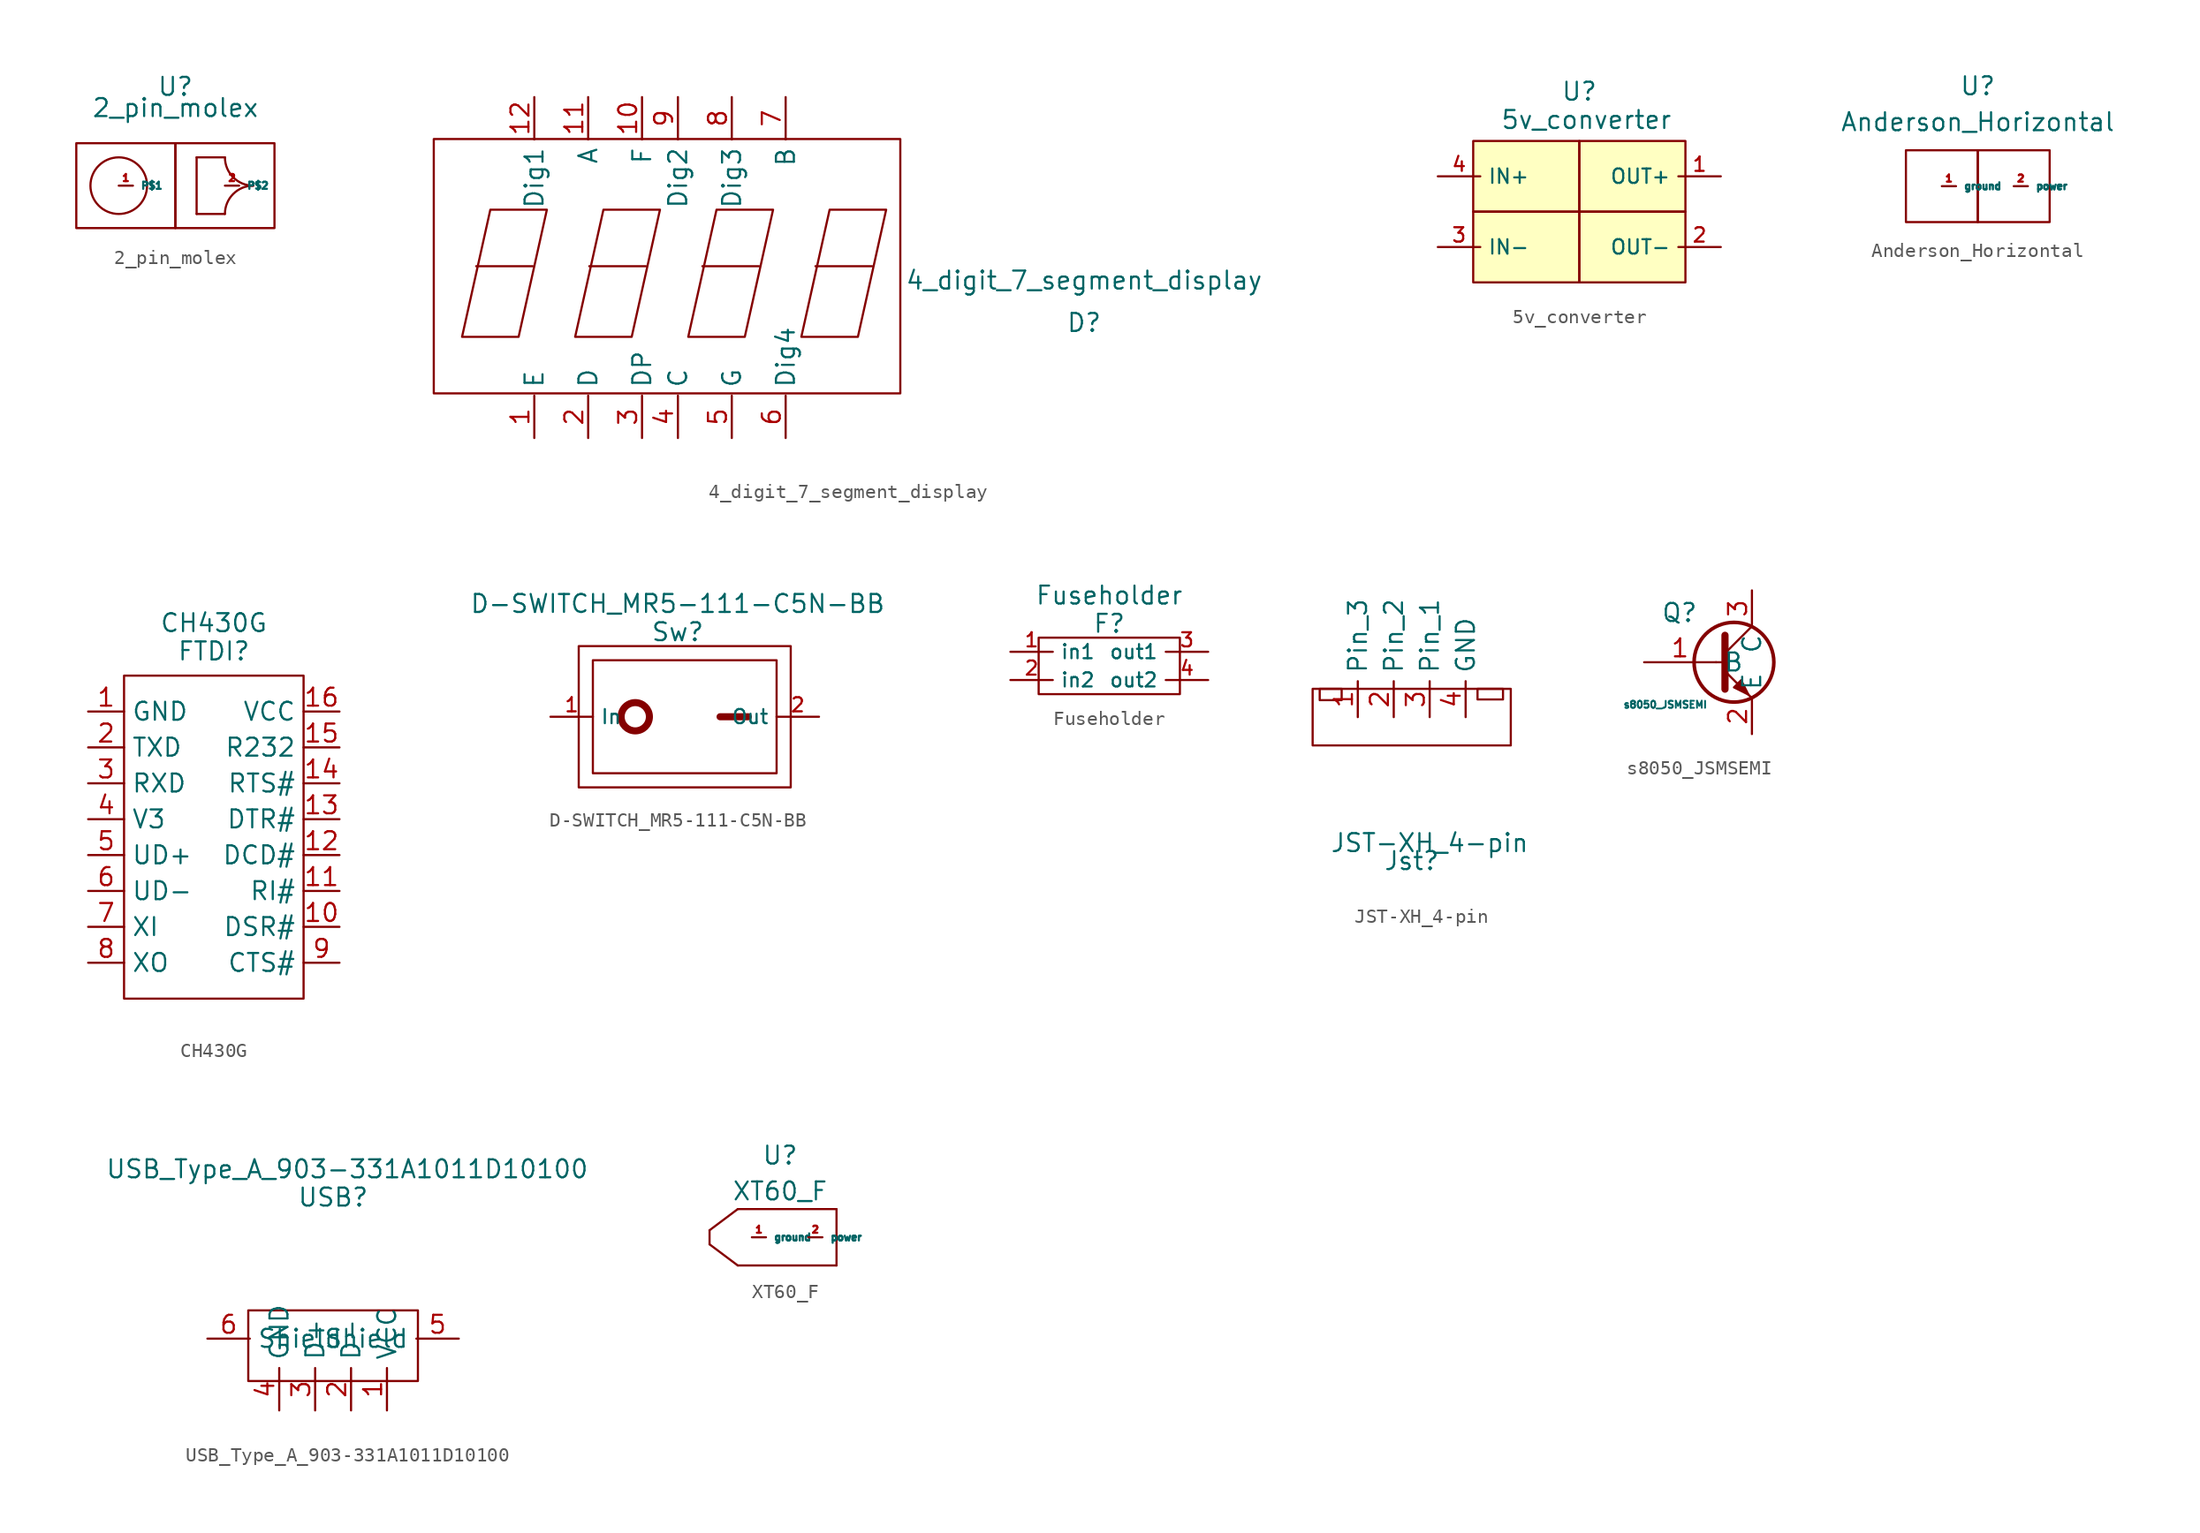
<source format=kicad_sym>
(kicad_symbol_lib
  (version 20211014)
  (generator kicad_symbol_editor)
  (symbol "2_pin_molex"
    (property "Reference" "U"
      (at 0 4 0)
      (effects (font (size 1.27 1.27))))
    (property "Value" "2_pin_molex"
      (at 0 2.5 0)
      (effects (font (size 1.27 1.27))))
    (symbol "2_pin_molex_0_1"
      (circle (center -4 -3) (radius 2) (stroke (width 0) (type default) (color 0 0 0 0)) (fill (type none)))
      (rectangle (start 0 0) (end -7 -6) (stroke (width 0) (type default) (color 0 0 0 0)) (fill (type none)))
      (polyline (pts (xy 1.5 -5) (xy 3.5 -5)) (stroke (width 0) (type default) (color 0 0 0 0)) (fill (type none)))
      (polyline (pts (xy 1.5 -1) (xy 1.5 -5)) (stroke (width 0) (type default) (color 0 0 0 0)) (fill (type none)))
      (polyline (pts (xy 1.5 -1) (xy 3.5 -1)) (stroke (width 0) (type default) (color 0 0 0 0)) (fill (type none)))
      (rectangle (start 0 0) (end 7 -6) (stroke (width 0) (type default) (color 0 0 0 0)) (fill (type none)))
      (arc (start 3.5 -1) (mid 2.0858 -4.4142) (end 5.5 -3) (stroke (width 0) (type default) (color 0 0 0 0)) (fill (type none)))
      (arc (start 5.5 -3) (mid 2.0858 -1.5858) (end 3.5 -5) (stroke (width 0) (type default) (color 0 0 0 0)) (fill (type none))))
    (symbol "2_pin_molex_1_1"
      (pin passive line (at -4 -3 0) (length 1) (name "P$1" (effects (font (size 0.5 0.5)))) (number "1" (effects (font (size 0.5 0.5)))))
      (pin passive line (at 3.5 -3 0) (length 1) (name "P$2" (effects (font (size 0.5 0.5)))) (number "2" (effects (font (size 0.5 0.5)))))))
  (symbol "4_digit_7_segment_display"
    (property "Reference" "D"
      (at 30 -2 0)
      (effects (font (size 1.27 1.27))))
    (property "Value" "4_digit_7_segment_display"
      (at 30 1 0)
      (effects (font (size 1.27 1.27))))
    (symbol "4_digit_7_segment_display_0_1"
      (rectangle (start -16 11) (end 17 -7) (stroke (width 0) (type default) (color 0 0 0 0)) (fill (type none)))
      (polyline (pts (xy -9 2) (xy -13 2)) (stroke (width 0) (type default) (color 0 0 0 0)) (fill (type none)))
      (polyline (pts (xy -1 2) (xy -5 2)) (stroke (width 0) (type default) (color 0 0 0 0)) (fill (type none)))
      (polyline (pts (xy 7 2) (xy 3 2)) (stroke (width 0) (type default) (color 0 0 0 0)) (fill (type none)))
      (polyline (pts (xy 15 2) (xy 11 2)) (stroke (width 0) (type default) (color 0 0 0 0)) (fill (type none)))
      (polyline (pts (xy -12 6) (xy -8 6) (xy -10 -3) (xy -14 -3) (xy -12 6)) (stroke (width 0) (type default) (color 0 0 0 0)) (fill (type none)))
      (polyline (pts (xy -4 6) (xy 0 6) (xy -2 -3) (xy -6 -3) (xy -4 6)) (stroke (width 0) (type default) (color 0 0 0 0)) (fill (type none)))
      (polyline (pts (xy 4 6) (xy 8 6) (xy 6 -3) (xy 2 -3) (xy 4 6)) (stroke (width 0) (type default) (color 0 0 0 0)) (fill (type none)))
      (polyline (pts (xy 12 6) (xy 16 6) (xy 14 -3) (xy 10 -3) (xy 12 6)) (stroke (width 0) (type default) (color 0 0 0 0)) (fill (type none))))
    (symbol "4_digit_7_segment_display_1_1"
      (pin passive line (at -8.89 -10.16 90) (length 3) (name "E" (effects (font (size 1.27 1.27)))) (number "1" (effects (font (size 1.27 1.27)))))
      (pin passive line (at -1.27 13.97 270) (length 3) (name "F" (effects (font (size 1.27 1.27)))) (number "10" (effects (font (size 1.27 1.27)))))
      (pin passive line (at -5.08 13.97 270) (length 3) (name "A" (effects (font (size 1.27 1.27)))) (number "11" (effects (font (size 1.27 1.27)))))
      (pin passive line (at -8.89 13.97 270) (length 3) (name "Dig1" (effects (font (size 1.27 1.27)))) (number "12" (effects (font (size 1.27 1.27)))))
      (pin passive line (at -5.08 -10.16 90) (length 3) (name "D" (effects (font (size 1.27 1.27)))) (number "2" (effects (font (size 1.27 1.27)))))
      (pin passive line (at -1.27 -10.16 90) (length 3) (name "DP" (effects (font (size 1.27 1.27)))) (number "3" (effects (font (size 1.27 1.27)))))
      (pin passive line (at 1.27 -10.16 90) (length 3) (name "C" (effects (font (size 1.27 1.27)))) (number "4" (effects (font (size 1.27 1.27)))))
      (pin passive line (at 5.08 -10.16 90) (length 3) (name "G" (effects (font (size 1.27 1.27)))) (number "5" (effects (font (size 1.27 1.27)))))
      (pin passive line (at 8.89 -10.16 90) (length 3) (name "Dig4" (effects (font (size 1.27 1.27)))) (number "6" (effects (font (size 1.27 1.27)))))
      (pin passive line (at 8.89 13.97 270) (length 3) (name "B" (effects (font (size 1.27 1.27)))) (number "7" (effects (font (size 1.27 1.27)))))
      (pin passive line (at 5.08 13.97 270) (length 3) (name "Dig3" (effects (font (size 1.27 1.27)))) (number "8" (effects (font (size 1.27 1.27)))))
      (pin passive line (at 1.27 13.97 270) (length 3) (name "Dig2" (effects (font (size 1.27 1.27)))) (number "9" (effects (font (size 1.27 1.27)))))))
  (symbol "5v_converter"
    (property "Reference" "U"
      (at 0 8.5 0)
      (effects (font (size 1.27 1.27))))
    (property "Value" "5v_converter"
      (at 0.5 6.5 0)
      (effects (font (size 1.27 1.27))))
    (symbol "5v_converter_0_0"
      (pin passive line (at 10 2.5 180) (length 3) (name "OUT+" (effects (font (size 1.016 1.016)))) (number "1" (effects (font (size 1.016 1.016)))))
      (pin passive line (at 10 -2.5 180) (length 3) (name "OUT-" (effects (font (size 1.016 1.016)))) (number "2" (effects (font (size 1.016 1.016)))))
      (pin passive line (at -10 -2.5 0) (length 3) (name "IN-" (effects (font (size 1.016 1.016)))) (number "3" (effects (font (size 1.016 1.016)))))
      (pin passive line (at -10 2.5 0) (length 3) (name "IN+" (effects (font (size 1.016 1.016)))) (number "4" (effects (font (size 1.016 1.016))))))
    (symbol "5v_converter_0_1"
      (rectangle (start 0 0) (end -7.5 -5) (stroke (width 0) (type default) (color 0 0 0 0)) (fill (type background)))
      (rectangle (start 0 0) (end 7.5 -5) (stroke (width 0) (type default) (color 0 0 0 0)) (fill (type background)))
      (rectangle (start 0 5) (end -7.5 0) (stroke (width 0) (type default) (color 0 0 0 0)) (fill (type background)))
      (rectangle (start 0 5) (end 7.5 0) (stroke (width 0) (type default) (color 0 0 0 0)) (fill (type background)))))
  (symbol "Anderson_Horizontal"
    (property "Reference" "U"
      (at 0 4.54 0)
      (effects (font (size 1.27 1.27))))
    (property "Value" "Anderson_Horizontal"
      (at 0 2 0)
      (effects (font (size 1.27 1.27))))
    (symbol "Anderson_Horizontal_0_1"
      (rectangle (start -5.08 0) (end 0 -5.08) (stroke (width 0) (type default) (color 0 0 0 0)) (fill (type none)))
      (rectangle (start 0 0) (end 5.08 -5.08) (stroke (width 0) (type default) (color 0 0 0 0)) (fill (type none))))
    (symbol "Anderson_Horizontal_1_1"
      (pin passive line (at -2.54 -2.54 0) (length 1) (name "ground" (effects (font (size 0.5 0.5)))) (number "1" (effects (font (size 0.5 0.5)))))
      (pin passive line (at 2.54 -2.54 0) (length 1) (name "power" (effects (font (size 0.5 0.5)))) (number "2" (effects (font (size 0.5 0.5)))))))
  (symbol "CH430G"
    (property "Reference" "FTDI"
      (at 0 1.73 0)
      (effects (font (size 1.27 1.27))))
    (property "Value" "CH430G"
      (at 0 3.73 0)
      (effects (font (size 1.27 1.27))))
    (symbol "CH430G_0_1"
      (rectangle (start -6.35 0) (end 6.35 -22.86) (stroke (width 0) (type default) (color 0 0 0 0)) (fill (type none))))
    (symbol "CH430G_1_1"
      (pin passive line (at -8.89 -2.54 0) (length 2.54) (name "GND" (effects (font (size 1.27 1.27)))) (number "1" (effects (font (size 1.27 1.27)))))
      (pin passive line (at 8.89 -17.78 180) (length 2.54) (name "DSR#" (effects (font (size 1.27 1.27)))) (number "10" (effects (font (size 1.27 1.27)))))
      (pin passive line (at 8.89 -15.24 180) (length 2.54) (name "RI#" (effects (font (size 1.27 1.27)))) (number "11" (effects (font (size 1.27 1.27)))))
      (pin passive line (at 8.89 -12.7 180) (length 2.54) (name "DCD#" (effects (font (size 1.27 1.27)))) (number "12" (effects (font (size 1.27 1.27)))))
      (pin passive line (at 8.89 -10.16 180) (length 2.54) (name "DTR#" (effects (font (size 1.27 1.27)))) (number "13" (effects (font (size 1.27 1.27)))))
      (pin passive line (at 8.89 -7.62 180) (length 2.54) (name "RTS#" (effects (font (size 1.27 1.27)))) (number "14" (effects (font (size 1.27 1.27)))))
      (pin passive line (at 8.89 -5.08 180) (length 2.54) (name "R232" (effects (font (size 1.27 1.27)))) (number "15" (effects (font (size 1.27 1.27)))))
      (pin passive line (at 8.89 -2.54 180) (length 2.54) (name "VCC" (effects (font (size 1.27 1.27)))) (number "16" (effects (font (size 1.27 1.27)))))
      (pin passive line (at -8.89 -5.08 0) (length 2.54) (name "TXD" (effects (font (size 1.27 1.27)))) (number "2" (effects (font (size 1.27 1.27)))))
      (pin passive line (at -8.89 -7.62 0) (length 2.54) (name "RXD" (effects (font (size 1.27 1.27)))) (number "3" (effects (font (size 1.27 1.27)))))
      (pin passive line (at -8.89 -10.16 0) (length 2.54) (name "V3" (effects (font (size 1.27 1.27)))) (number "4" (effects (font (size 1.27 1.27)))))
      (pin passive line (at -8.89 -12.7 0) (length 2.54) (name "UD+" (effects (font (size 1.27 1.27)))) (number "5" (effects (font (size 1.27 1.27)))))
      (pin passive line (at -8.89 -15.24 0) (length 2.54) (name "UD-" (effects (font (size 1.27 1.27)))) (number "6" (effects (font (size 1.27 1.27)))))
      (pin passive line (at -8.89 -17.78 0) (length 2.54) (name "XI" (effects (font (size 1.27 1.27)))) (number "7" (effects (font (size 1.27 1.27)))))
      (pin passive line (at -8.89 -20.32 0) (length 2.54) (name "XO" (effects (font (size 1.27 1.27)))) (number "8" (effects (font (size 1.27 1.27)))))
      (pin passive line (at 8.89 -20.32 180) (length 2.54) (name "CTS#" (effects (font (size 1.27 1.27)))) (number "9" (effects (font (size 1.27 1.27)))))))
  (symbol "D-SWITCH_MR5-111-C5N-BB"
    (property "Reference" "Sw"
      (at 0 6 0)
      (effects (font (size 1.27 1.27))))
    (property "Value" "D-SWITCH_MR5-111-C5N-BB"
      (at 0 8 0)
      (effects (font (size 1.27 1.27))))
    (symbol "D-SWITCH_MR5-111-C5N-BB_0_1"
      (rectangle (start -7 5) (end 8 -5) (stroke (width 0) (type default) (color 0 0 0 0)) (fill (type none)))
      (rectangle (start -6 4) (end 7 -4) (stroke (width 0) (type default) (color 0 0 0 0)) (fill (type none)))
      (circle (center -3 0) (radius 1) (stroke (width 0.5) (type default) (color 0 0 0 0)) (fill (type none)))
      (polyline (pts (xy 3 0) (xy 5 0)) (stroke (width 0.5) (type default) (color 0 0 0 0)) (fill (type none))))
    (symbol "D-SWITCH_MR5-111-C5N-BB_1_1"
      (pin passive line (at -9 0 0) (length 3) (name "In" (effects (font (size 1 1)))) (number "1" (effects (font (size 1 1)))))
      (pin passive line (at 10 0 180) (length 3) (name "Out" (effects (font (size 1 1)))) (number "2" (effects (font (size 1 1)))))))
  (symbol "Fuseholder"
    (property "Reference" "F"
      (at 0 3 0)
      (effects (font (size 1.27 1.27))))
    (property "Value" "Fuseholder"
      (at 0 5 0)
      (effects (font (size 1.27 1.27))))
    (symbol "Fuseholder_0_0"
      (rectangle (start -5 2) (end 5 -2) (stroke (width 0) (type default) (color 0 0 0 0)) (fill (type none))))
    (symbol "Fuseholder_1_1"
      (pin passive line (at -7 1 0) (length 3) (name "in1" (effects (font (size 1 1)))) (number "1" (effects (font (size 1 1)))))
      (pin passive line (at -7 -1 0) (length 3) (name "in2" (effects (font (size 1 1)))) (number "2" (effects (font (size 1 1)))))
      (pin passive line (at 7 1 180) (length 3) (name "out1" (effects (font (size 1 1)))) (number "3" (effects (font (size 1 1)))))
      (pin passive line (at 7 -1 180) (length 3) (name "out2" (effects (font (size 1 1)))) (number "4" (effects (font (size 1 1)))))))
  (symbol "JST-XH_4-pin"
    (property "Reference" "Jst"
      (at 0 -10.16 0)
      (effects (font (size 1.27 1.27))))
    (property "Value" "JST-XH_4-pin"
      (at 1.27 -8.89 0)
      (effects (font (size 1.27 1.27))))
    (symbol "JST-XH_4-pin_0_1"
      (rectangle (start -7 2) (end 7 -2) (stroke (width 0) (type default) (color 0 0 0 0)) (fill (type none)))
      (rectangle (start -6.5 2) (end -4.95 1.2) (stroke (width 0) (type default) (color 0 0 0 0)) (fill (type none)))
      (rectangle (start 4.65 2) (end 6.45 1.25) (stroke (width 0) (type default) (color 0 0 0 0)) (fill (type none))))
    (symbol "JST-XH_4-pin_1_1"
      (pin passive line (at -3.81 0 90) (length 2.54) (name "Pin_3" (effects (font (size 1.27 1.27)))) (number "1" (effects (font (size 1.27 1.27)))))
      (pin passive line (at -1.27 0 90) (length 2.54) (name "Pin_2" (effects (font (size 1.27 1.27)))) (number "2" (effects (font (size 1.27 1.27)))))
      (pin passive line (at 1.27 0 90) (length 2.54) (name "Pin_1" (effects (font (size 1.27 1.27)))) (number "3" (effects (font (size 1.27 1.27)))))
      (pin input line (at 3.81 0 90) (length 2.54) (name "GND" (effects (font (size 1.27 1.27)))) (number "4" (effects (font (size 1.27 1.27)))))))
  (symbol "s8050_JSMSEMI"
    (property "Reference" "Q"
      (at -3.5 3 0)
      (effects (font (size 1.27 1.27))))
    (property "Value" "s8050_JSMSEMI"
      (at -4.5 -3.5 0)
      (effects (font (size 0.5 0.5))))
    (symbol "s8050_JSMSEMI_0_1"
      (polyline (pts (xy -0.92 -0.5) (xy -0.285 -0.5)) (stroke (width 0) (type default) (color 0 0 0 0)) (fill (type none)))
      (polyline (pts (xy -0.285 0.135) (xy 1.62 2.04)) (stroke (width 0) (type default) (color 0 0 0 0)) (fill (type none)))
      (polyline (pts (xy -0.285 -1.135) (xy 1.62 -3.04) (xy 1.62 -3.04)) (stroke (width 0) (type default) (color 0 0 0 0)) (fill (type none)))
      (polyline (pts (xy -0.285 1.405) (xy -0.285 -2.405) (xy -0.285 -2.405)) (stroke (width 0.508) (type default) (color 0 0 0 0)) (fill (type none)))
      (polyline (pts (xy 0.35 -2.278) (xy 0.858 -1.77) (xy 1.366 -2.786) (xy 0.35 -2.278) (xy 0.35 -2.278)) (stroke (width 0) (type default) (color 0 0 0 0)) (fill (type outline)))
      (circle (center 0.35 -0.5) (radius 2.819) (stroke (width 0.254) (type default) (color 0 0 0 0)) (fill (type none))))
    (symbol "s8050_JSMSEMI_1_1"
      (pin input line (at -6 -0.5 0) (length 5.08) (name "B" (effects (font (size 1.27 1.27)))) (number "1" (effects (font (size 1.27 1.27)))))
      (pin passive line (at 1.62 -5.58 90) (length 2.54) (name "E" (effects (font (size 1.27 1.27)))) (number "2" (effects (font (size 1.27 1.27)))))
      (pin passive line (at 1.62 4.58 270) (length 2.54) (name "C" (effects (font (size 1.27 1.27)))) (number "3" (effects (font (size 1.27 1.27)))))))
  (symbol "USB_Type_A_903-331A1011D10100"
    (property "Reference" "USB"
      (at 0 10 0)
      (effects (font (size 1.27 1.27))))
    (property "Value" "USB_Type_A_903-331A1011D10100"
      (at 1 12 0)
      (effects (font (size 1.27 1.27))))
    (symbol "USB_Type_A_903-331A1011D10100_0_1"
      (rectangle (start -6 2) (end 6 -3) (stroke (width 0) (type default) (color 0 0 0 0)) (fill (type none))))
    (symbol "USB_Type_A_903-331A1011D10100_1_1"
      (pin passive line (at 3.81 -5.08 90) (length 3) (name "VCC" (effects (font (size 1.27 1.27)))) (number "1" (effects (font (size 1.27 1.27)))))
      (pin passive line (at 1.27 -5.08 90) (length 3) (name "D-" (effects (font (size 1.27 1.27)))) (number "2" (effects (font (size 1.27 1.27)))))
      (pin passive line (at -1.27 -5.08 90) (length 3) (name "D+" (effects (font (size 1.27 1.27)))) (number "3" (effects (font (size 1.27 1.27)))))
      (pin passive line (at -3.81 -5.08 90) (length 3) (name "GND" (effects (font (size 1.27 1.27)))) (number "4" (effects (font (size 1.27 1.27)))))
      (pin passive line (at 8.89 0 180) (length 3) (name "Shield" (effects (font (size 1.27 1.27)))) (number "5" (effects (font (size 1.27 1.27)))))
      (pin passive line (at -8.89 0 0) (length 3) (name "Shield" (effects (font (size 1.27 1.27)))) (number "6" (effects (font (size 1.27 1.27)))))))
  (symbol "XT60_F"
    (property "Reference" "U"
      (at 0 3.81 0)
      (effects (font (size 1.27 1.27))))
    (property "Value" "XT60_F"
      (at 0 1.27 0)
      (effects (font (size 1.27 1.27))))
    (symbol "XT60_F_0_1"
      (polyline (pts (xy -5 -1.5) (xy -5 -2.5)) (stroke (width 0) (type default) (color 0 0 0 0)) (fill (type none)))
      (polyline (pts (xy -5 -1.5) (xy -3 0)) (stroke (width 0) (type default) (color 0 0 0 0)) (fill (type none)))
      (polyline (pts (xy -3 -4) (xy -5 -2.5)) (stroke (width 0) (type default) (color 0 0 0 0)) (fill (type none)))
      (polyline (pts (xy -3 -4) (xy 4 -4)) (stroke (width 0) (type default) (color 0 0 0 0)) (fill (type none)))
      (polyline (pts (xy 4 -4) (xy 4 0)) (stroke (width 0) (type default) (color 0 0 0 0)) (fill (type none)))
      (polyline (pts (xy 4 0) (xy -3 0)) (stroke (width 0) (type default) (color 0 0 0 0)) (fill (type none))))
    (symbol "XT60_F_1_1"
      (pin passive line (at -2 -2 0) (length 1) (name "ground" (effects (font (size 0.5 0.5)))) (number "1" (effects (font (size 0.5 0.5)))))
      (pin passive line (at 2 -2 0) (length 1) (name "power" (effects (font (size 0.5 0.5)))) (number "2" (effects (font (size 0.5 0.5))))))))
</source>
